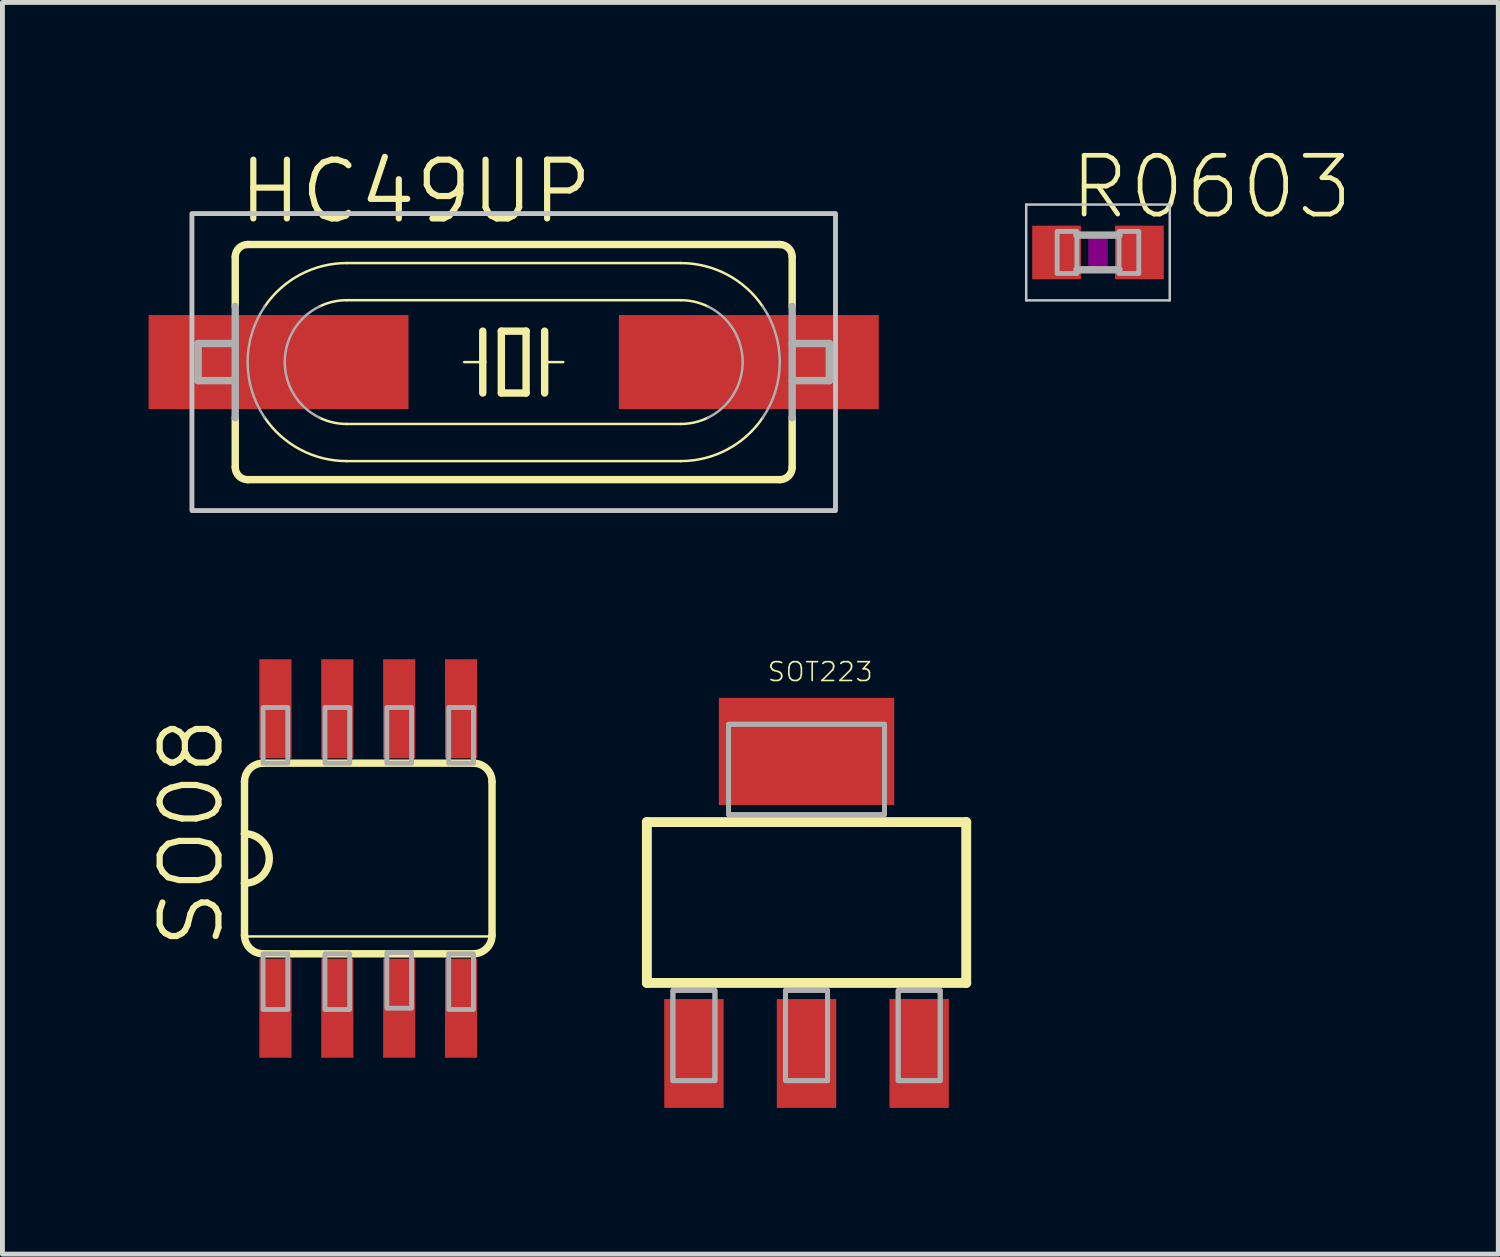
<source format=kicad_pcb>
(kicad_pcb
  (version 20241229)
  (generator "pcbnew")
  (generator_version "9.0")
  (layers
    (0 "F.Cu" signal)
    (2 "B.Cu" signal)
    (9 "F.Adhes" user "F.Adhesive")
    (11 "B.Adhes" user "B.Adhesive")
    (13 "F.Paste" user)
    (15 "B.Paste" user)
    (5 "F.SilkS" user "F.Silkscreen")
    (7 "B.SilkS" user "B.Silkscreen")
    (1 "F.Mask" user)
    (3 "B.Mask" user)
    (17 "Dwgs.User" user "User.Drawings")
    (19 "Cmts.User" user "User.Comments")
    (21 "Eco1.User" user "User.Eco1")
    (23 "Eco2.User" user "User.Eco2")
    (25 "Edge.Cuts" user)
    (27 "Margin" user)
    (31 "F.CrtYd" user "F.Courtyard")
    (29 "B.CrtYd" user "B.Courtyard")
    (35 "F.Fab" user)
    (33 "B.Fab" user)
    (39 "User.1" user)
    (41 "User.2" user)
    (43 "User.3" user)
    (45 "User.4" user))
  (footprint "R0603"
    (layer "F.Cu")
    (at 19.484 2.131)
    (property "Reference" "R0603" (at -0.635 -0.635 180) (layer "F.SilkS") (effects (font (size 1.206 1.206) (thickness 0.097)) (justify left bottom)))
    (attr through_hole)
    (fp_poly (pts (xy -0.2 0.4) (xy 0.2 0.4) (xy 0.2 -0.4) (xy -0.2 -0.4)) (stroke (width 0) (type solid)) (fill yes) (layer "F.Adhes"))
    (fp_line (start -1.473 -0.983) (end 1.473 -0.983) (stroke (width 0.051) (type solid)) (layer "Dwgs.User"))
    (fp_line (start -1.473 0.983) (end -1.473 -0.983) (stroke (width 0.051) (type solid)) (layer "Dwgs.User"))
    (fp_line (start 1.473 -0.983) (end 1.473 0.983) (stroke (width 0.051) (type solid)) (layer "Dwgs.User"))
    (fp_line (start 1.473 0.983) (end -1.473 0.983) (stroke (width 0.051) (type solid)) (layer "Dwgs.User"))
    (fp_line (start -0.432 0.356) (end 0.432 0.356) (stroke (width 0.152) (type solid)) (layer "F.Fab"))
    (fp_line (start 0.432 -0.356) (end -0.432 -0.356) (stroke (width 0.152) (type solid)) (layer "F.Fab"))
    (fp_poly (pts (xy -0.838 0.432) (xy -0.432 0.432) (xy -0.432 -0.432) (xy -0.838 -0.432)) (stroke (width 0.1) (type solid)) (fill no) (layer "F.Fab"))
    (fp_poly (pts (xy 0.432 0.432) (xy 0.838 0.432) (xy 0.838 -0.432) (xy 0.432 -0.432)) (stroke (width 0.1) (type solid)) (fill no) (layer "F.Fab"))
    (pad "1" smd rect (at -0.85 0) (size 1 1.1) (layers "F.Cu" "F.Mask" "F.Paste"))
    (pad "2" smd rect (at 0.85 0) (size 1 1.1) (layers "F.Cu" "F.Mask" "F.Paste")))
  (footprint "HC49UP"
    (layer "F.Cu")
    (at 7.493 4.381)
    (property "Reference" "HC49UP" (at -5.715 -2.794 0) (layer "F.SilkS") (effects (font (size 1.206 1.206) (thickness 0.127)) (justify left bottom)))
    (attr through_hole)
    (fp_line (start -5.715 -1.143) (end -5.715 -2.159) (stroke (width 0.152) (type solid)) (layer "F.SilkS"))
    (fp_line (start -5.715 2.159) (end -5.715 1.143) (stroke (width 0.152) (type solid)) (layer "F.SilkS"))
    (fp_line (start -3.429 -2.032) (end 3.429 -2.032) (stroke (width 0.051) (type solid)) (layer "F.SilkS"))
    (fp_line (start -3.429 -1.27) (end 3.429 -1.27) (stroke (width 0.051) (type solid)) (layer "F.SilkS"))
    (fp_line (start -0.635 -0.635) (end -0.635 0) (stroke (width 0.152) (type solid)) (layer "F.SilkS"))
    (fp_line (start -0.635 0) (end -1.016 0) (stroke (width 0.051) (type solid)) (layer "F.SilkS"))
    (fp_line (start -0.635 0) (end -0.635 0.635) (stroke (width 0.152) (type solid)) (layer "F.SilkS"))
    (fp_line (start -0.254 -0.635) (end -0.254 0.635) (stroke (width 0.152) (type solid)) (layer "F.SilkS"))
    (fp_line (start -0.254 0.635) (end 0.254 0.635) (stroke (width 0.152) (type solid)) (layer "F.SilkS"))
    (fp_line (start 0.254 -0.635) (end -0.254 -0.635) (stroke (width 0.152) (type solid)) (layer "F.SilkS"))
    (fp_line (start 0.254 0.635) (end 0.254 -0.635) (stroke (width 0.152) (type solid)) (layer "F.SilkS"))
    (fp_line (start 0.635 -0.635) (end 0.635 0) (stroke (width 0.152) (type solid)) (layer "F.SilkS"))
    (fp_line (start 0.635 0) (end 0.635 0.635) (stroke (width 0.152) (type solid)) (layer "F.SilkS"))
    (fp_line (start 0.635 0) (end 1.016 0) (stroke (width 0.051) (type solid)) (layer "F.SilkS"))
    (fp_line (start 3.429 1.27) (end -3.429 1.27) (stroke (width 0.051) (type solid)) (layer "F.SilkS"))
    (fp_line (start 3.429 2.032) (end -3.429 2.032) (stroke (width 0.051) (type solid)) (layer "F.SilkS"))
    (fp_line (start 5.461 -2.413) (end -5.461 -2.413) (stroke (width 0.152) (type solid)) (layer "F.SilkS"))
    (fp_line (start 5.461 2.413) (end -5.461 2.413) (stroke (width 0.152) (type solid)) (layer "F.SilkS"))
    (fp_line (start 5.715 -1.143) (end 5.715 -2.159) (stroke (width 0.152) (type solid)) (layer "F.SilkS"))
    (fp_line (start 5.715 2.159) (end 5.715 1.143) (stroke (width 0.152) (type solid)) (layer "F.SilkS"))
    (fp_arc (start -5.715 -2.159) (mid -5.640605 -2.338605) (end -5.461 -2.413) (stroke (width 0.1524) (type solid)) (layer "F.SilkS"))
    (fp_arc (start -5.461 2.413) (mid -5.640605 2.338605) (end -5.715 2.159) (stroke (width 0.1524) (type solid)) (layer "F.SilkS"))
    (fp_arc (start -5.1091 -1.143) (mid -4.379417 -1.796107) (end -3.429 -2.032101) (stroke (width 0.0508) (type solid)) (layer "F.SilkS"))
    (fp_arc (start -3.9826 -1.143) (mid -3.712991 -1.237845) (end -3.429 -1.27) (stroke (width 0.0508) (type solid)) (layer "F.SilkS"))
    (fp_arc (start -3.429 1.27) (mid -3.712991 1.237845) (end -3.9826 1.143) (stroke (width 0.0508) (type solid)) (layer "F.SilkS"))
    (fp_arc (start -3.429 2.032001) (mid -4.379408 1.796063) (end -5.1091 1.143) (stroke (width 0.0508) (type solid)) (layer "F.SilkS"))
    (fp_arc (start 3.429 -2.032) (mid 4.379408 -1.796062) (end 5.1091 -1.142999) (stroke (width 0.0508) (type solid)) (layer "F.SilkS"))
    (fp_arc (start 3.429 -1.27) (mid 3.712991 -1.237845) (end 3.9826 -1.143) (stroke (width 0.0508) (type solid)) (layer "F.SilkS"))
    (fp_arc (start 3.9826 1.143) (mid 3.712991 1.237845) (end 3.429 1.27) (stroke (width 0.0508) (type solid)) (layer "F.SilkS"))
    (fp_arc (start 5.109 1.142899) (mid 4.379368 1.795994) (end 3.429 2.032) (stroke (width 0.0508) (type solid)) (layer "F.SilkS"))
    (fp_arc (start 5.461 -2.413) (mid 5.640605 -2.338605) (end 5.715 -2.159) (stroke (width 0.1524) (type solid)) (layer "F.SilkS"))
    (fp_arc (start 5.715 2.159) (mid 5.640605 2.338605) (end 5.461 2.413) (stroke (width 0.1524) (type solid)) (layer "F.SilkS"))
    (fp_poly (pts (xy -6.604 3.048) (xy 6.604 3.048) (xy 6.604 -3.048) (xy -6.604 -3.048)) (stroke (width 0.1) (type solid)) (fill no) (layer "Dwgs.User"))
    (fp_line (start -6.477 0.381) (end -6.477 -0.381) (stroke (width 0.152) (type solid)) (layer "F.Fab"))
    (fp_line (start -5.715 -0.381) (end -6.477 -0.381) (stroke (width 0.152) (type solid)) (layer "F.Fab"))
    (fp_line (start -5.715 -0.381) (end -5.715 -1.143) (stroke (width 0.152) (type solid)) (layer "F.Fab"))
    (fp_line (start -5.715 0.381) (end -6.477 0.381) (stroke (width 0.152) (type solid)) (layer "F.Fab"))
    (fp_line (start -5.715 0.381) (end -5.715 -0.381) (stroke (width 0.152) (type solid)) (layer "F.Fab"))
    (fp_line (start -5.715 1.143) (end -5.715 0.381) (stroke (width 0.152) (type solid)) (layer "F.Fab"))
    (fp_line (start 5.715 -0.381) (end 6.477 -0.381) (stroke (width 0.152) (type solid)) (layer "F.Fab"))
    (fp_line (start 5.715 0.381) (end 6.477 0.381) (stroke (width 0.152) (type solid)) (layer "F.Fab"))
    (fp_line (start 5.715 1.143) (end 5.715 -1.143) (stroke (width 0.152) (type solid)) (layer "F.Fab"))
    (fp_line (start 6.477 0.381) (end 6.477 -0.381) (stroke (width 0.152) (type solid)) (layer "F.Fab"))
    (fp_arc (start -5.1091 1.143) (mid -5.46104 0) (end -5.1091 -1.143) (stroke (width 0.0508) (type solid)) (layer "F.Fab"))
    (fp_arc (start -3.9826 1.143) (mid -4.699009 0) (end -3.9826 -1.143) (stroke (width 0.0508) (type solid)) (layer "F.Fab"))
    (fp_arc (start 3.9826 -1.143) (mid 4.699009 0) (end 3.9826 1.143) (stroke (width 0.0508) (type solid)) (layer "F.Fab"))
    (fp_arc (start 5.1091 -1.143) (mid 5.46104 0) (end 5.1091 1.143) (stroke (width 0.0508) (type solid)) (layer "F.Fab"))
    (pad "1" smd rect (at -4.826 0) (size 5.334 1.93) (layers "F.Cu" "F.Mask" "F.Paste"))
    (pad "2" smd rect (at 4.826 0) (size 5.334 1.93) (layers "F.Cu" "F.Mask" "F.Paste")))
  (footprint "SO08"
    (layer "F.Cu")
    (at 4.508 14.569)
    (property "Reference" "SO08" (at -2.921 1.905 90) (layer "F.SilkS") (effects (font (size 1.206 1.206) (thickness 0.127)) (justify left bottom)))
    (attr through_hole)
    (fp_line (start -2.54 -1.575) (end -2.54 -0.508) (stroke (width 0.152) (type solid)) (layer "F.SilkS"))
    (fp_line (start -2.54 -0.508) (end -2.54 0.508) (stroke (width 0.152) (type solid)) (layer "F.SilkS"))
    (fp_line (start -2.54 0.508) (end -2.54 1.575) (stroke (width 0.152) (type solid)) (layer "F.SilkS"))
    (fp_line (start -2.54 1.6) (end 2.54 1.6) (stroke (width 0.051) (type solid)) (layer "F.SilkS"))
    (fp_line (start -2.159 1.956) (end 2.159 1.956) (stroke (width 0.152) (type solid)) (layer "F.SilkS"))
    (fp_line (start 2.159 -1.956) (end -2.159 -1.956) (stroke (width 0.152) (type solid)) (layer "F.SilkS"))
    (fp_line (start 2.54 1.575) (end 2.54 -1.575) (stroke (width 0.152) (type solid)) (layer "F.SilkS"))
    (fp_arc (start -2.54 -1.5748) (mid -2.428408 -1.844208) (end -2.159 -1.9558) (stroke (width 0.1524) (type solid)) (layer "F.SilkS"))
    (fp_arc (start -2.54 -0.508) (mid -2.032 0) (end -2.54 0.508) (stroke (width 0.1524) (type solid)) (layer "F.SilkS"))
    (fp_arc (start -2.159 1.9558) (mid -2.428408 1.844208) (end -2.54 1.5748) (stroke (width 0.1524) (type solid)) (layer "F.SilkS"))
    (fp_arc (start 2.159 -1.9558) (mid 2.428408 -1.844208) (end 2.54 -1.5748) (stroke (width 0.1524) (type solid)) (layer "F.SilkS"))
    (fp_arc (start 2.54 1.5748) (mid 2.428408 1.844208) (end 2.159 1.9558) (stroke (width 0.1524) (type solid)) (layer "F.SilkS"))
    (fp_poly (pts (xy -2.159 -1.956) (xy -1.651 -1.956) (xy -1.651 -3.099) (xy -2.159 -3.099)) (stroke (width 0.1) (type solid)) (fill no) (layer "F.Fab"))
    (fp_poly (pts (xy -2.159 3.099) (xy -1.651 3.099) (xy -1.651 1.956) (xy -2.159 1.956)) (stroke (width 0.1) (type solid)) (fill no) (layer "F.Fab"))
    (fp_poly (pts (xy -0.889 -1.956) (xy -0.381 -1.956) (xy -0.381 -3.099) (xy -0.889 -3.099)) (stroke (width 0.1) (type solid)) (fill no) (layer "F.Fab"))
    (fp_poly (pts (xy -0.889 3.099) (xy -0.381 3.099) (xy -0.381 1.956) (xy -0.889 1.956)) (stroke (width 0.1) (type solid)) (fill no) (layer "F.Fab"))
    (fp_poly (pts (xy 0.381 -1.956) (xy 0.889 -1.956) (xy 0.889 -3.099) (xy 0.381 -3.099)) (stroke (width 0.1) (type solid)) (fill no) (layer "F.Fab"))
    (fp_poly (pts (xy 0.381 3.073) (xy 0.889 3.073) (xy 0.889 1.93) (xy 0.381 1.93)) (stroke (width 0.1) (type solid)) (fill no) (layer "F.Fab"))
    (fp_poly (pts (xy 1.651 -1.956) (xy 2.159 -1.956) (xy 2.159 -3.099) (xy 1.651 -3.099)) (stroke (width 0.1) (type solid)) (fill no) (layer "F.Fab"))
    (fp_poly (pts (xy 1.651 3.099) (xy 2.159 3.099) (xy 2.159 1.956) (xy 1.651 1.956)) (stroke (width 0.1) (type solid)) (fill no) (layer "F.Fab"))
    (pad "1" smd rect (at -1.905 3.073) (size 0.66 2.032) (layers "F.Cu" "F.Mask" "F.Paste"))
    (pad "2" smd rect (at -0.635 3.073) (size 0.66 2.032) (layers "F.Cu" "F.Mask" "F.Paste"))
    (pad "3" smd rect (at 0.635 3.073) (size 0.66 2.032) (layers "F.Cu" "F.Mask" "F.Paste"))
    (pad "4" smd rect (at 1.905 3.073) (size 0.66 2.032) (layers "F.Cu" "F.Mask" "F.Paste"))
    (pad "5" smd rect (at 1.905 -3.073) (size 0.66 2.032) (layers "F.Cu" "F.Mask" "F.Paste"))
    (pad "6" smd rect (at 0.635 -3.073) (size 0.66 2.032) (layers "F.Cu" "F.Mask" "F.Paste"))
    (pad "7" smd rect (at -0.635 -3.073) (size 0.66 2.032) (layers "F.Cu" "F.Mask" "F.Paste"))
    (pad "8" smd rect (at -1.905 -3.073) (size 0.66 2.032) (layers "F.Cu" "F.Mask" "F.Paste")))
  (footprint "SOT223"
    (layer "F.Cu")
    (at 13.503 15.472)
    (property "Reference" "SOT223" (at -0.826 -4.508 0) (layer "F.SilkS") (effects (font (size 0.386 0.386) (thickness 0.033)) (justify left bottom)))
    (attr through_hole)
    (fp_line (start -3.277 -1.651) (end 3.277 -1.651) (stroke (width 0.203) (type solid)) (layer "F.SilkS"))
    (fp_line (start -3.277 1.651) (end -3.277 -1.651) (stroke (width 0.203) (type solid)) (layer "F.SilkS"))
    (fp_line (start 3.277 -1.651) (end 3.277 1.651) (stroke (width 0.203) (type solid)) (layer "F.SilkS"))
    (fp_line (start 3.277 1.651) (end -3.277 1.651) (stroke (width 0.203) (type solid)) (layer "F.SilkS"))
    (fp_poly (pts (xy -2.743 3.658) (xy -1.88 3.658) (xy -1.88 1.803) (xy -2.743 1.803)) (stroke (width 0.1) (type solid)) (fill no) (layer "F.Fab"))
    (fp_poly (pts (xy -2.743 3.658) (xy -1.88 3.658) (xy -1.88 1.803) (xy -2.743 1.803)) (stroke (width 0.1) (type solid)) (fill no) (layer "F.Fab"))
    (fp_poly (pts (xy -1.6 -1.803) (xy 1.6 -1.803) (xy 1.6 -3.658) (xy -1.6 -3.658)) (stroke (width 0.1) (type solid)) (fill no) (layer "F.Fab"))
    (fp_poly (pts (xy -1.6 -1.803) (xy 1.6 -1.803) (xy 1.6 -3.658) (xy -1.6 -3.658)) (stroke (width 0.1) (type solid)) (fill no) (layer "F.Fab"))
    (fp_poly (pts (xy -0.432 3.658) (xy 0.432 3.658) (xy 0.432 1.803) (xy -0.432 1.803)) (stroke (width 0.1) (type solid)) (fill no) (layer "F.Fab"))
    (fp_poly (pts (xy -0.432 3.658) (xy 0.432 3.658) (xy 0.432 1.803) (xy -0.432 1.803)) (stroke (width 0.1) (type solid)) (fill no) (layer "F.Fab"))
    (fp_poly (pts (xy 1.88 3.658) (xy 2.743 3.658) (xy 2.743 1.803) (xy 1.88 1.803)) (stroke (width 0.1) (type solid)) (fill no) (layer "F.Fab"))
    (fp_poly (pts (xy 1.88 3.658) (xy 2.743 3.658) (xy 2.743 1.803) (xy 1.88 1.803)) (stroke (width 0.1) (type solid)) (fill no) (layer "F.Fab"))
    (pad "1" smd rect (at -2.311 3.099) (size 1.219 2.235) (layers "F.Cu" "F.Mask" "F.Paste"))
    (pad "2" smd rect (at 0 3.099) (size 1.219 2.235) (layers "F.Cu" "F.Mask" "F.Paste"))
    (pad "3" smd rect (at 2.311 3.099) (size 1.219 2.235) (layers "F.Cu" "F.Mask" "F.Paste"))
    (pad "4" smd rect (at 0 -3.099) (size 3.6 2.2) (layers "F.Cu" "F.Mask" "F.Paste")))
  (gr_rect
    (start -3 -3)
    (end 27.7 22.688)
    (stroke (width 0.1) (type default))
    (fill no)
    (layer "Edge.Cuts")))
</source>
